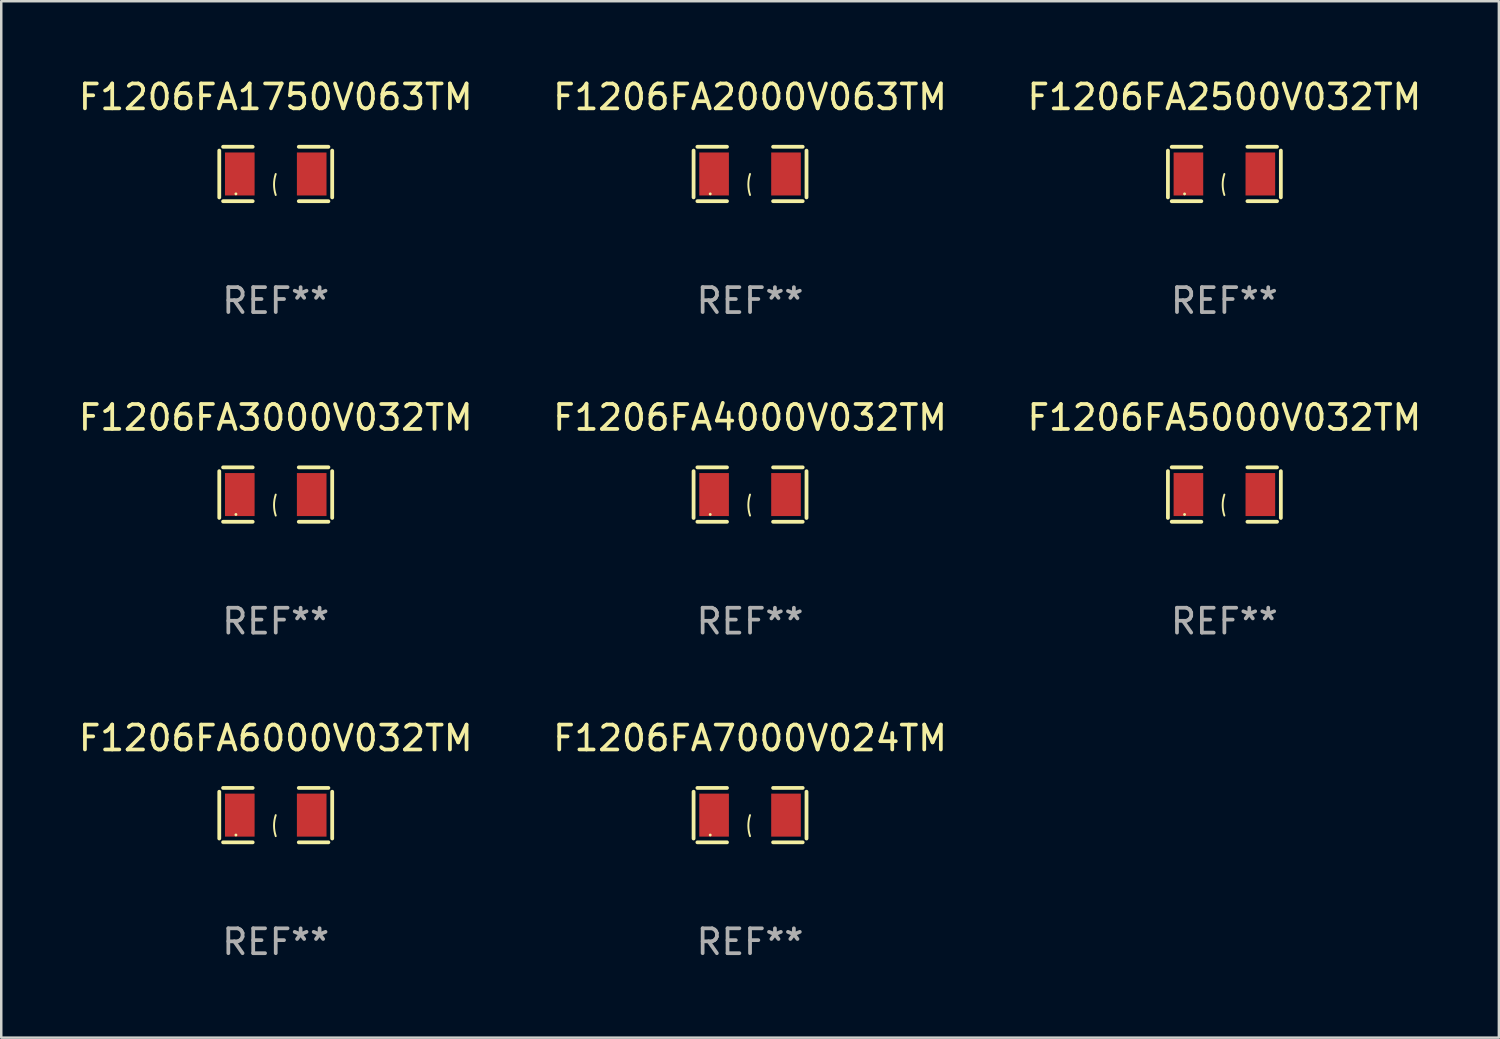
<source format=kicad_pcb>
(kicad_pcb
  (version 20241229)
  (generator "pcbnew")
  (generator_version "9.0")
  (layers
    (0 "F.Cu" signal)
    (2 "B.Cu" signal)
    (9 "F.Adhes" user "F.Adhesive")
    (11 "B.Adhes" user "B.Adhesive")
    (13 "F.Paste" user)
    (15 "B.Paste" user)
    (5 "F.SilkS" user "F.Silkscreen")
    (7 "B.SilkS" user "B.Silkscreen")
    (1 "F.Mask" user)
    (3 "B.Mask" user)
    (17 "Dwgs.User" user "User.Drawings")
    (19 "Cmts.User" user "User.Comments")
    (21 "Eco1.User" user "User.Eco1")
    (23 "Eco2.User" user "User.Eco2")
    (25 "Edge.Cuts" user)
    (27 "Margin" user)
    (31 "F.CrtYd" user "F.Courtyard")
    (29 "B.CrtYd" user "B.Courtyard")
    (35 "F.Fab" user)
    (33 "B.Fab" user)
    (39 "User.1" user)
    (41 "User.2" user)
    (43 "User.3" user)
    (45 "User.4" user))
  (footprint "F1206FA6000V032TM"
    (layer "F.Cu")
    (at 8.03 29.704)
    (property "Reference" "F1206FA6000V032TM" (at 0 -3.093 0) (layer "F.SilkS") (effects (font (size 1 1) (thickness 0.15))))
    (attr through_hole)
    (fp_line (start -2.269 -0.94) (end -2.269 0.94) (stroke (width 0.152) (type solid)) (layer "F.SilkS"))
    (fp_line (start -2.116 1.093) (end -0.926 1.093) (stroke (width 0.152) (type solid)) (layer "F.SilkS"))
    (fp_line (start -0.926 -1.093) (end -2.116 -1.093) (stroke (width 0.152) (type solid)) (layer "F.SilkS"))
    (fp_line (start 0.926 -1.093) (end 2.116 -1.093) (stroke (width 0.152) (type solid)) (layer "F.SilkS"))
    (fp_line (start 2.116 1.093) (end 0.926 1.093) (stroke (width 0.152) (type solid)) (layer "F.SilkS"))
    (fp_line (start 2.269 -0.94) (end 2.269 0.94) (stroke (width 0.152) (type solid)) (layer "F.SilkS"))
    (fp_arc (start 0 0.844951) (mid -0.068559 0.422475) (end 0 0) (stroke (width 0.0762) (type solid)) (layer "F.SilkS"))
    (fp_circle (center -1.6 0.8) (end -1.57 0.8) (stroke (width 0.06) (type solid)) (fill no) (layer "F.SilkS"))
    (fp_text user "REF**" (at 0 5.093 0) (layer "F.Fab") (effects (font (size 1 1) (thickness 0.15))))
    (pad "1" smd rect (at -1.445 0) (size 1.19 1.728) (layers "F.Cu" "F.Mask" "F.Paste"))
    (pad "2" smd rect (at 1.445 0) (size 1.19 1.728) (layers "F.Cu" "F.Mask" "F.Paste")))
  (footprint "F1206FA5000V032TM"
    (layer "F.Cu")
    (at 46.149 16.823)
    (property "Reference" "F1206FA5000V032TM" (at 0 -3.093 0) (layer "F.SilkS") (effects (font (size 1 1) (thickness 0.15))))
    (attr through_hole)
    (fp_line (start -2.269 -0.94) (end -2.269 0.94) (stroke (width 0.152) (type solid)) (layer "F.SilkS"))
    (fp_line (start -2.116 1.093) (end -0.926 1.093) (stroke (width 0.152) (type solid)) (layer "F.SilkS"))
    (fp_line (start -0.926 -1.093) (end -2.116 -1.093) (stroke (width 0.152) (type solid)) (layer "F.SilkS"))
    (fp_line (start 0.926 -1.093) (end 2.116 -1.093) (stroke (width 0.152) (type solid)) (layer "F.SilkS"))
    (fp_line (start 2.116 1.093) (end 0.926 1.093) (stroke (width 0.152) (type solid)) (layer "F.SilkS"))
    (fp_line (start 2.269 -0.94) (end 2.269 0.94) (stroke (width 0.152) (type solid)) (layer "F.SilkS"))
    (fp_arc (start 0 0.844951) (mid -0.068559 0.422475) (end 0 0) (stroke (width 0.0762) (type solid)) (layer "F.SilkS"))
    (fp_circle (center -1.6 0.8) (end -1.57 0.8) (stroke (width 0.06) (type solid)) (fill no) (layer "F.SilkS"))
    (fp_text user "REF**" (at 0 5.093 0) (layer "F.Fab") (effects (font (size 1 1) (thickness 0.15))))
    (pad "1" smd rect (at -1.445 0) (size 1.19 1.728) (layers "F.Cu" "F.Mask" "F.Paste"))
    (pad "2" smd rect (at 1.445 0) (size 1.19 1.728) (layers "F.Cu" "F.Mask" "F.Paste")))
  (footprint "F1206FA4000V032TM"
    (layer "F.Cu")
    (at 27.089 16.823)
    (property "Reference" "F1206FA4000V032TM" (at 0 -3.093 0) (layer "F.SilkS") (effects (font (size 1 1) (thickness 0.15))))
    (attr through_hole)
    (fp_line (start -2.269 -0.94) (end -2.269 0.94) (stroke (width 0.152) (type solid)) (layer "F.SilkS"))
    (fp_line (start -2.116 1.093) (end -0.926 1.093) (stroke (width 0.152) (type solid)) (layer "F.SilkS"))
    (fp_line (start -0.926 -1.093) (end -2.116 -1.093) (stroke (width 0.152) (type solid)) (layer "F.SilkS"))
    (fp_line (start 0.926 -1.093) (end 2.116 -1.093) (stroke (width 0.152) (type solid)) (layer "F.SilkS"))
    (fp_line (start 2.116 1.093) (end 0.926 1.093) (stroke (width 0.152) (type solid)) (layer "F.SilkS"))
    (fp_line (start 2.269 -0.94) (end 2.269 0.94) (stroke (width 0.152) (type solid)) (layer "F.SilkS"))
    (fp_arc (start 0 0.844951) (mid -0.068559 0.422475) (end 0 0) (stroke (width 0.0762) (type solid)) (layer "F.SilkS"))
    (fp_circle (center -1.6 0.8) (end -1.57 0.8) (stroke (width 0.06) (type solid)) (fill no) (layer "F.SilkS"))
    (fp_text user "REF**" (at 0 5.093 0) (layer "F.Fab") (effects (font (size 1 1) (thickness 0.15))))
    (pad "1" smd rect (at -1.445 0) (size 1.19 1.728) (layers "F.Cu" "F.Mask" "F.Paste"))
    (pad "2" smd rect (at 1.445 0) (size 1.19 1.728) (layers "F.Cu" "F.Mask" "F.Paste")))
  (footprint "F1206FA2500V032TM"
    (layer "F.Cu")
    (at 46.149 3.941)
    (property "Reference" "F1206FA2500V032TM" (at 0 -3.093 0) (layer "F.SilkS") (effects (font (size 1 1) (thickness 0.15))))
    (attr through_hole)
    (fp_line (start -2.269 -0.94) (end -2.269 0.94) (stroke (width 0.152) (type solid)) (layer "F.SilkS"))
    (fp_line (start -2.116 1.093) (end -0.926 1.093) (stroke (width 0.152) (type solid)) (layer "F.SilkS"))
    (fp_line (start -0.926 -1.093) (end -2.116 -1.093) (stroke (width 0.152) (type solid)) (layer "F.SilkS"))
    (fp_line (start 0.926 -1.093) (end 2.116 -1.093) (stroke (width 0.152) (type solid)) (layer "F.SilkS"))
    (fp_line (start 2.116 1.093) (end 0.926 1.093) (stroke (width 0.152) (type solid)) (layer "F.SilkS"))
    (fp_line (start 2.269 -0.94) (end 2.269 0.94) (stroke (width 0.152) (type solid)) (layer "F.SilkS"))
    (fp_arc (start 0 0.844951) (mid -0.068559 0.422475) (end 0 0) (stroke (width 0.0762) (type solid)) (layer "F.SilkS"))
    (fp_circle (center -1.6 0.8) (end -1.57 0.8) (stroke (width 0.06) (type solid)) (fill no) (layer "F.SilkS"))
    (fp_text user "REF**" (at 0 5.093 0) (layer "F.Fab") (effects (font (size 1 1) (thickness 0.15))))
    (pad "1" smd rect (at -1.445 0) (size 1.19 1.728) (layers "F.Cu" "F.Mask" "F.Paste"))
    (pad "2" smd rect (at 1.445 0) (size 1.19 1.728) (layers "F.Cu" "F.Mask" "F.Paste")))
  (footprint "F1206FA1750V063TM"
    (layer "F.Cu")
    (at 8.03 3.941)
    (property "Reference" "F1206FA1750V063TM" (at 0 -3.093 0) (layer "F.SilkS") (effects (font (size 1 1) (thickness 0.15))))
    (attr through_hole)
    (fp_line (start -2.269 -0.94) (end -2.269 0.94) (stroke (width 0.152) (type solid)) (layer "F.SilkS"))
    (fp_line (start -2.116 1.093) (end -0.926 1.093) (stroke (width 0.152) (type solid)) (layer "F.SilkS"))
    (fp_line (start -0.926 -1.093) (end -2.116 -1.093) (stroke (width 0.152) (type solid)) (layer "F.SilkS"))
    (fp_line (start 0.926 -1.093) (end 2.116 -1.093) (stroke (width 0.152) (type solid)) (layer "F.SilkS"))
    (fp_line (start 2.116 1.093) (end 0.926 1.093) (stroke (width 0.152) (type solid)) (layer "F.SilkS"))
    (fp_line (start 2.269 -0.94) (end 2.269 0.94) (stroke (width 0.152) (type solid)) (layer "F.SilkS"))
    (fp_arc (start 0 0.844951) (mid -0.068559 0.422475) (end 0 0) (stroke (width 0.0762) (type solid)) (layer "F.SilkS"))
    (fp_circle (center -1.6 0.8) (end -1.57 0.8) (stroke (width 0.06) (type solid)) (fill no) (layer "F.SilkS"))
    (fp_text user "REF**" (at 0 5.093 0) (layer "F.Fab") (effects (font (size 1 1) (thickness 0.15))))
    (pad "1" smd rect (at -1.445 0) (size 1.19 1.728) (layers "F.Cu" "F.Mask" "F.Paste"))
    (pad "2" smd rect (at 1.445 0) (size 1.19 1.728) (layers "F.Cu" "F.Mask" "F.Paste")))
  (footprint "F1206FA3000V032TM"
    (layer "F.Cu")
    (at 8.03 16.823)
    (property "Reference" "F1206FA3000V032TM" (at 0 -3.093 0) (layer "F.SilkS") (effects (font (size 1 1) (thickness 0.15))))
    (attr through_hole)
    (fp_line (start -2.269 -0.94) (end -2.269 0.94) (stroke (width 0.152) (type solid)) (layer "F.SilkS"))
    (fp_line (start -2.116 1.093) (end -0.926 1.093) (stroke (width 0.152) (type solid)) (layer "F.SilkS"))
    (fp_line (start -0.926 -1.093) (end -2.116 -1.093) (stroke (width 0.152) (type solid)) (layer "F.SilkS"))
    (fp_line (start 0.926 -1.093) (end 2.116 -1.093) (stroke (width 0.152) (type solid)) (layer "F.SilkS"))
    (fp_line (start 2.116 1.093) (end 0.926 1.093) (stroke (width 0.152) (type solid)) (layer "F.SilkS"))
    (fp_line (start 2.269 -0.94) (end 2.269 0.94) (stroke (width 0.152) (type solid)) (layer "F.SilkS"))
    (fp_arc (start 0 0.844951) (mid -0.068559 0.422475) (end 0 0) (stroke (width 0.0762) (type solid)) (layer "F.SilkS"))
    (fp_circle (center -1.6 0.8) (end -1.57 0.8) (stroke (width 0.06) (type solid)) (fill no) (layer "F.SilkS"))
    (fp_text user "REF**" (at 0 5.093 0) (layer "F.Fab") (effects (font (size 1 1) (thickness 0.15))))
    (pad "1" smd rect (at -1.445 0) (size 1.19 1.728) (layers "F.Cu" "F.Mask" "F.Paste"))
    (pad "2" smd rect (at 1.445 0) (size 1.19 1.728) (layers "F.Cu" "F.Mask" "F.Paste")))
  (footprint "F1206FA7000V024TM"
    (layer "F.Cu")
    (at 27.089 29.704)
    (property "Reference" "F1206FA7000V024TM" (at 0 -3.093 0) (layer "F.SilkS") (effects (font (size 1 1) (thickness 0.15))))
    (attr through_hole)
    (fp_line (start -2.269 -0.94) (end -2.269 0.94) (stroke (width 0.152) (type solid)) (layer "F.SilkS"))
    (fp_line (start -2.116 1.093) (end -0.926 1.093) (stroke (width 0.152) (type solid)) (layer "F.SilkS"))
    (fp_line (start -0.926 -1.093) (end -2.116 -1.093) (stroke (width 0.152) (type solid)) (layer "F.SilkS"))
    (fp_line (start 0.926 -1.093) (end 2.116 -1.093) (stroke (width 0.152) (type solid)) (layer "F.SilkS"))
    (fp_line (start 2.116 1.093) (end 0.926 1.093) (stroke (width 0.152) (type solid)) (layer "F.SilkS"))
    (fp_line (start 2.269 -0.94) (end 2.269 0.94) (stroke (width 0.152) (type solid)) (layer "F.SilkS"))
    (fp_arc (start 0 0.844951) (mid -0.068559 0.422475) (end 0 0) (stroke (width 0.0762) (type solid)) (layer "F.SilkS"))
    (fp_circle (center -1.6 0.8) (end -1.57 0.8) (stroke (width 0.06) (type solid)) (fill no) (layer "F.SilkS"))
    (fp_text user "REF**" (at 0 5.093 0) (layer "F.Fab") (effects (font (size 1 1) (thickness 0.15))))
    (pad "1" smd rect (at -1.445 0) (size 1.19 1.728) (layers "F.Cu" "F.Mask" "F.Paste"))
    (pad "2" smd rect (at 1.445 0) (size 1.19 1.728) (layers "F.Cu" "F.Mask" "F.Paste")))
  (footprint "F1206FA2000V063TM"
    (layer "F.Cu")
    (at 27.089 3.941)
    (property "Reference" "F1206FA2000V063TM" (at 0 -3.093 0) (layer "F.SilkS") (effects (font (size 1 1) (thickness 0.15))))
    (attr through_hole)
    (fp_line (start -2.269 -0.94) (end -2.269 0.94) (stroke (width 0.152) (type solid)) (layer "F.SilkS"))
    (fp_line (start -2.116 1.093) (end -0.926 1.093) (stroke (width 0.152) (type solid)) (layer "F.SilkS"))
    (fp_line (start -0.926 -1.093) (end -2.116 -1.093) (stroke (width 0.152) (type solid)) (layer "F.SilkS"))
    (fp_line (start 0.926 -1.093) (end 2.116 -1.093) (stroke (width 0.152) (type solid)) (layer "F.SilkS"))
    (fp_line (start 2.116 1.093) (end 0.926 1.093) (stroke (width 0.152) (type solid)) (layer "F.SilkS"))
    (fp_line (start 2.269 -0.94) (end 2.269 0.94) (stroke (width 0.152) (type solid)) (layer "F.SilkS"))
    (fp_arc (start 0 0.844951) (mid -0.068559 0.422475) (end 0 0) (stroke (width 0.0762) (type solid)) (layer "F.SilkS"))
    (fp_circle (center -1.6 0.8) (end -1.57 0.8) (stroke (width 0.06) (type solid)) (fill no) (layer "F.SilkS"))
    (fp_text user "REF**" (at 0 5.093 0) (layer "F.Fab") (effects (font (size 1 1) (thickness 0.15))))
    (pad "1" smd rect (at -1.445 0) (size 1.19 1.728) (layers "F.Cu" "F.Mask" "F.Paste"))
    (pad "2" smd rect (at 1.445 0) (size 1.19 1.728) (layers "F.Cu" "F.Mask" "F.Paste")))
  (gr_rect
    (start -3 -3)
    (end 57.179 38.645)
    (stroke (width 0.1) (type default))
    (fill no)
    (layer "Edge.Cuts")))
</source>
